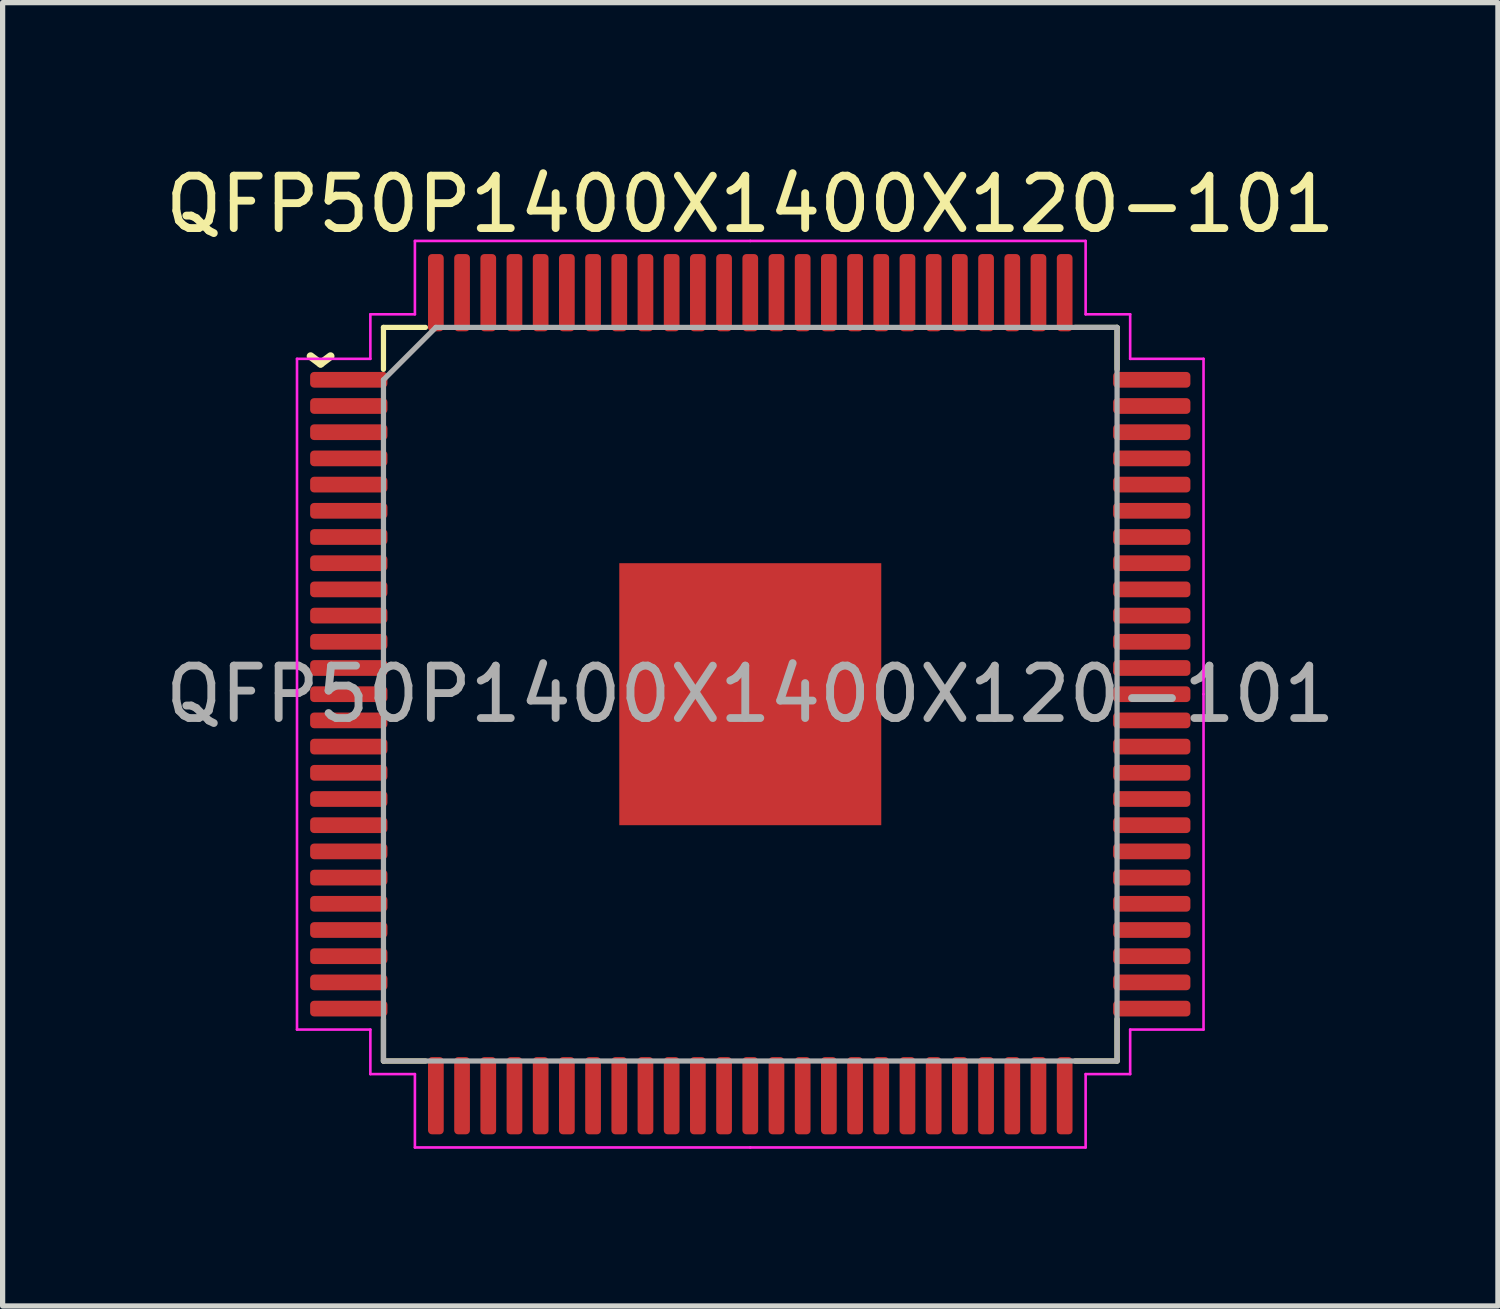
<source format=kicad_pcb>
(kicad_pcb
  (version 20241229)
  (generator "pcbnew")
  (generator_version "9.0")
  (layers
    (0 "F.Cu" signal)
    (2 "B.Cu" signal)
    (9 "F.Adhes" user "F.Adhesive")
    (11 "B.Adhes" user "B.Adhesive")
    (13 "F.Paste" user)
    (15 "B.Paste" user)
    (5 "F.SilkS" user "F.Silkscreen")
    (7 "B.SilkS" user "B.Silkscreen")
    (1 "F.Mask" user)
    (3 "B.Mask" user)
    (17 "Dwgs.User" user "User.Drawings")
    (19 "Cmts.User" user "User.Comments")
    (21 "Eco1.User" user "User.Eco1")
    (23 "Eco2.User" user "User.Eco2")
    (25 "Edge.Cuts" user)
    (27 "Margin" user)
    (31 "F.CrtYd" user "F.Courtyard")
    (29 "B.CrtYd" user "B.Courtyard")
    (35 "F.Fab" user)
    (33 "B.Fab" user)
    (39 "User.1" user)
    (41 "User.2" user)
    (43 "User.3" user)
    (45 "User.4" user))
  (footprint "QFP50P1400X1400X120-101"
    (layer "F.Cu")
    (at 11.268 10.198)
    (property "Reference" "QFP50P1400X1400X120-101" (at 0 -9.35 0) (layer "F.SilkS") (effects (font (size 1 1) (thickness 0.15))))
    (attr smd)
    (fp_line (start -7 -7) (end -7 -6.2) (stroke (width 0.1) (type solid)) (layer "F.SilkS"))
    (fp_line (start -7 6.2) (end -7 7) (stroke (width 0.1) (type solid)) (layer "F.SilkS"))
    (fp_line (start -7 7) (end -6.2 7) (stroke (width 0.1) (type solid)) (layer "F.SilkS"))
    (fp_line (start -6.2 -7) (end -7 -7) (stroke (width 0.1) (type solid)) (layer "F.SilkS"))
    (fp_line (start 6.2 7) (end 7 7) (stroke (width 0.1) (type solid)) (layer "F.SilkS"))
    (fp_line (start 7 -7) (end 6.2 -7) (stroke (width 0.1) (type solid)) (layer "F.SilkS"))
    (fp_line (start 7 -6.2) (end 7 -7) (stroke (width 0.1) (type solid)) (layer "F.SilkS"))
    (fp_line (start 7 7) (end 7 6.2) (stroke (width 0.1) (type solid)) (layer "F.SilkS"))
    (fp_line (start -8.65 -6.4) (end -8.65 0) (stroke (width 0.05) (type solid)) (layer "F.CrtYd"))
    (fp_line (start -8.65 6.4) (end -8.65 0) (stroke (width 0.05) (type solid)) (layer "F.CrtYd"))
    (fp_line (start -7.25 -7.25) (end -7.25 -6.4) (stroke (width 0.05) (type solid)) (layer "F.CrtYd"))
    (fp_line (start -7.25 -6.4) (end -8.65 -6.4) (stroke (width 0.05) (type solid)) (layer "F.CrtYd"))
    (fp_line (start -7.25 6.4) (end -8.65 6.4) (stroke (width 0.05) (type solid)) (layer "F.CrtYd"))
    (fp_line (start -7.25 7.25) (end -7.25 6.4) (stroke (width 0.05) (type solid)) (layer "F.CrtYd"))
    (fp_line (start -6.4 -8.65) (end -6.4 -7.25) (stroke (width 0.05) (type solid)) (layer "F.CrtYd"))
    (fp_line (start -6.4 -7.25) (end -7.25 -7.25) (stroke (width 0.05) (type solid)) (layer "F.CrtYd"))
    (fp_line (start -6.4 7.25) (end -7.25 7.25) (stroke (width 0.05) (type solid)) (layer "F.CrtYd"))
    (fp_line (start -6.4 8.65) (end -6.4 7.25) (stroke (width 0.05) (type solid)) (layer "F.CrtYd"))
    (fp_line (start 0 -8.65) (end -6.4 -8.65) (stroke (width 0.05) (type solid)) (layer "F.CrtYd"))
    (fp_line (start 0 -8.65) (end 6.4 -8.65) (stroke (width 0.05) (type solid)) (layer "F.CrtYd"))
    (fp_line (start 0 8.65) (end -6.4 8.65) (stroke (width 0.05) (type solid)) (layer "F.CrtYd"))
    (fp_line (start 0 8.65) (end 6.4 8.65) (stroke (width 0.05) (type solid)) (layer "F.CrtYd"))
    (fp_line (start 6.4 -8.65) (end 6.4 -7.25) (stroke (width 0.05) (type solid)) (layer "F.CrtYd"))
    (fp_line (start 6.4 -7.25) (end 7.25 -7.25) (stroke (width 0.05) (type solid)) (layer "F.CrtYd"))
    (fp_line (start 6.4 7.25) (end 7.25 7.25) (stroke (width 0.05) (type solid)) (layer "F.CrtYd"))
    (fp_line (start 6.4 8.65) (end 6.4 7.25) (stroke (width 0.05) (type solid)) (layer "F.CrtYd"))
    (fp_line (start 7.25 -7.25) (end 7.25 -6.4) (stroke (width 0.05) (type solid)) (layer "F.CrtYd"))
    (fp_line (start 7.25 -6.4) (end 8.65 -6.4) (stroke (width 0.05) (type solid)) (layer "F.CrtYd"))
    (fp_line (start 7.25 6.4) (end 8.65 6.4) (stroke (width 0.05) (type solid)) (layer "F.CrtYd"))
    (fp_line (start 7.25 7.25) (end 7.25 6.4) (stroke (width 0.05) (type solid)) (layer "F.CrtYd"))
    (fp_line (start 8.65 -6.4) (end 8.65 0) (stroke (width 0.05) (type solid)) (layer "F.CrtYd"))
    (fp_line (start 8.65 6.4) (end 8.65 0) (stroke (width 0.05) (type solid)) (layer "F.CrtYd"))
    (fp_line (start -7 -6) (end -6 -7) (stroke (width 0.1) (type solid)) (layer "F.Fab"))
    (fp_line (start -7 7) (end -7 -6) (stroke (width 0.1) (type solid)) (layer "F.Fab"))
    (fp_line (start -6 -7) (end 7 -7) (stroke (width 0.1) (type solid)) (layer "F.Fab"))
    (fp_line (start 7 -7) (end 7 7) (stroke (width 0.1) (type solid)) (layer "F.Fab"))
    (fp_line (start 7 7) (end -7 7) (stroke (width 0.1) (type solid)) (layer "F.Fab"))
    (fp_text user "^" (at -8.2 -6.9 180) (unlocked yes) (layer "F.SilkS") (effects (font (size 1 1) (thickness 0.15))))
    (fp_text user "${REFERENCE}" (at 0 0 0) (layer "F.Fab") (effects (font (size 1 1) (thickness 0.15))))
    (pad "" smd roundrect (at -1.875 -1.875) (size 1.01 1.01) (layers "F.Paste") (roundrect_rratio 0.248))
    (pad "" smd roundrect (at -1.875 -0.625) (size 1.01 1.01) (layers "F.Paste") (roundrect_rratio 0.248))
    (pad "" smd roundrect (at -1.875 0.625) (size 1.01 1.01) (layers "F.Paste") (roundrect_rratio 0.248))
    (pad "" smd roundrect (at -1.875 1.875) (size 1.01 1.01) (layers "F.Paste") (roundrect_rratio 0.248))
    (pad "" smd roundrect (at -0.625 -1.875) (size 1.01 1.01) (layers "F.Paste") (roundrect_rratio 0.248))
    (pad "" smd roundrect (at -0.625 -0.625) (size 1.01 1.01) (layers "F.Paste") (roundrect_rratio 0.248))
    (pad "" smd roundrect (at -0.625 0.625) (size 1.01 1.01) (layers "F.Paste") (roundrect_rratio 0.248))
    (pad "" smd roundrect (at -0.625 1.875) (size 1.01 1.01) (layers "F.Paste") (roundrect_rratio 0.248))
    (pad "" smd roundrect (at 0.625 -1.875) (size 1.01 1.01) (layers "F.Paste") (roundrect_rratio 0.248))
    (pad "" smd roundrect (at 0.625 -0.625) (size 1.01 1.01) (layers "F.Paste") (roundrect_rratio 0.248))
    (pad "" smd roundrect (at 0.625 0.625) (size 1.01 1.01) (layers "F.Paste") (roundrect_rratio 0.248))
    (pad "" smd roundrect (at 0.625 1.875) (size 1.01 1.01) (layers "F.Paste") (roundrect_rratio 0.248))
    (pad "" smd roundrect (at 1.875 -1.875) (size 1.01 1.01) (layers "F.Paste") (roundrect_rratio 0.248))
    (pad "" smd roundrect (at 1.875 -0.625) (size 1.01 1.01) (layers "F.Paste") (roundrect_rratio 0.248))
    (pad "" smd roundrect (at 1.875 0.625) (size 1.01 1.01) (layers "F.Paste") (roundrect_rratio 0.248))
    (pad "" smd roundrect (at 1.875 1.875) (size 1.01 1.01) (layers "F.Paste") (roundrect_rratio 0.248))
    (pad "1" smd roundrect (at -7.662 -6) (size 1.475 0.3) (layers "F.Cu" "F.Mask" "F.Paste") (roundrect_rratio 0.25))
    (pad "2" smd roundrect (at -7.662 -5.5) (size 1.475 0.3) (layers "F.Cu" "F.Mask" "F.Paste") (roundrect_rratio 0.25))
    (pad "3" smd roundrect (at -7.662 -5) (size 1.475 0.3) (layers "F.Cu" "F.Mask" "F.Paste") (roundrect_rratio 0.25))
    (pad "4" smd roundrect (at -7.662 -4.5) (size 1.475 0.3) (layers "F.Cu" "F.Mask" "F.Paste") (roundrect_rratio 0.25))
    (pad "5" smd roundrect (at -7.662 -4) (size 1.475 0.3) (layers "F.Cu" "F.Mask" "F.Paste") (roundrect_rratio 0.25))
    (pad "6" smd roundrect (at -7.662 -3.5) (size 1.475 0.3) (layers "F.Cu" "F.Mask" "F.Paste") (roundrect_rratio 0.25))
    (pad "7" smd roundrect (at -7.662 -3) (size 1.475 0.3) (layers "F.Cu" "F.Mask" "F.Paste") (roundrect_rratio 0.25))
    (pad "8" smd roundrect (at -7.662 -2.5) (size 1.475 0.3) (layers "F.Cu" "F.Mask" "F.Paste") (roundrect_rratio 0.25))
    (pad "9" smd roundrect (at -7.662 -2) (size 1.475 0.3) (layers "F.Cu" "F.Mask" "F.Paste") (roundrect_rratio 0.25))
    (pad "10" smd roundrect (at -7.662 -1.5) (size 1.475 0.3) (layers "F.Cu" "F.Mask" "F.Paste") (roundrect_rratio 0.25))
    (pad "11" smd roundrect (at -7.662 -1) (size 1.475 0.3) (layers "F.Cu" "F.Mask" "F.Paste") (roundrect_rratio 0.25))
    (pad "12" smd roundrect (at -7.662 -0.5) (size 1.475 0.3) (layers "F.Cu" "F.Mask" "F.Paste") (roundrect_rratio 0.25))
    (pad "13" smd roundrect (at -7.662 0) (size 1.475 0.3) (layers "F.Cu" "F.Mask" "F.Paste") (roundrect_rratio 0.25))
    (pad "14" smd roundrect (at -7.662 0.5) (size 1.475 0.3) (layers "F.Cu" "F.Mask" "F.Paste") (roundrect_rratio 0.25))
    (pad "15" smd roundrect (at -7.662 1) (size 1.475 0.3) (layers "F.Cu" "F.Mask" "F.Paste") (roundrect_rratio 0.25))
    (pad "16" smd roundrect (at -7.662 1.5) (size 1.475 0.3) (layers "F.Cu" "F.Mask" "F.Paste") (roundrect_rratio 0.25))
    (pad "17" smd roundrect (at -7.662 2) (size 1.475 0.3) (layers "F.Cu" "F.Mask" "F.Paste") (roundrect_rratio 0.25))
    (pad "18" smd roundrect (at -7.662 2.5) (size 1.475 0.3) (layers "F.Cu" "F.Mask" "F.Paste") (roundrect_rratio 0.25))
    (pad "19" smd roundrect (at -7.662 3) (size 1.475 0.3) (layers "F.Cu" "F.Mask" "F.Paste") (roundrect_rratio 0.25))
    (pad "20" smd roundrect (at -7.662 3.5) (size 1.475 0.3) (layers "F.Cu" "F.Mask" "F.Paste") (roundrect_rratio 0.25))
    (pad "21" smd roundrect (at -7.662 4) (size 1.475 0.3) (layers "F.Cu" "F.Mask" "F.Paste") (roundrect_rratio 0.25))
    (pad "22" smd roundrect (at -7.662 4.5) (size 1.475 0.3) (layers "F.Cu" "F.Mask" "F.Paste") (roundrect_rratio 0.25))
    (pad "23" smd roundrect (at -7.662 5) (size 1.475 0.3) (layers "F.Cu" "F.Mask" "F.Paste") (roundrect_rratio 0.25))
    (pad "24" smd roundrect (at -7.662 5.5) (size 1.475 0.3) (layers "F.Cu" "F.Mask" "F.Paste") (roundrect_rratio 0.25))
    (pad "25" smd roundrect (at -7.662 6) (size 1.475 0.3) (layers "F.Cu" "F.Mask" "F.Paste") (roundrect_rratio 0.25))
    (pad "26" smd roundrect (at -6 7.662) (size 0.3 1.475) (layers "F.Cu" "F.Mask" "F.Paste") (roundrect_rratio 0.25))
    (pad "27" smd roundrect (at -5.5 7.662) (size 0.3 1.475) (layers "F.Cu" "F.Mask" "F.Paste") (roundrect_rratio 0.25))
    (pad "28" smd roundrect (at -5 7.662) (size 0.3 1.475) (layers "F.Cu" "F.Mask" "F.Paste") (roundrect_rratio 0.25))
    (pad "29" smd roundrect (at -4.5 7.662) (size 0.3 1.475) (layers "F.Cu" "F.Mask" "F.Paste") (roundrect_rratio 0.25))
    (pad "30" smd roundrect (at -4 7.662) (size 0.3 1.475) (layers "F.Cu" "F.Mask" "F.Paste") (roundrect_rratio 0.25))
    (pad "31" smd roundrect (at -3.5 7.662) (size 0.3 1.475) (layers "F.Cu" "F.Mask" "F.Paste") (roundrect_rratio 0.25))
    (pad "32" smd roundrect (at -3 7.662) (size 0.3 1.475) (layers "F.Cu" "F.Mask" "F.Paste") (roundrect_rratio 0.25))
    (pad "33" smd roundrect (at -2.5 7.662) (size 0.3 1.475) (layers "F.Cu" "F.Mask" "F.Paste") (roundrect_rratio 0.25))
    (pad "34" smd roundrect (at -2 7.662) (size 0.3 1.475) (layers "F.Cu" "F.Mask" "F.Paste") (roundrect_rratio 0.25))
    (pad "35" smd roundrect (at -1.5 7.662) (size 0.3 1.475) (layers "F.Cu" "F.Mask" "F.Paste") (roundrect_rratio 0.25))
    (pad "36" smd roundrect (at -1 7.662) (size 0.3 1.475) (layers "F.Cu" "F.Mask" "F.Paste") (roundrect_rratio 0.25))
    (pad "37" smd roundrect (at -0.5 7.662) (size 0.3 1.475) (layers "F.Cu" "F.Mask" "F.Paste") (roundrect_rratio 0.25))
    (pad "38" smd roundrect (at 0 7.662) (size 0.3 1.475) (layers "F.Cu" "F.Mask" "F.Paste") (roundrect_rratio 0.25))
    (pad "39" smd roundrect (at 0.5 7.662) (size 0.3 1.475) (layers "F.Cu" "F.Mask" "F.Paste") (roundrect_rratio 0.25))
    (pad "40" smd roundrect (at 1 7.662) (size 0.3 1.475) (layers "F.Cu" "F.Mask" "F.Paste") (roundrect_rratio 0.25))
    (pad "41" smd roundrect (at 1.5 7.662) (size 0.3 1.475) (layers "F.Cu" "F.Mask" "F.Paste") (roundrect_rratio 0.25))
    (pad "42" smd roundrect (at 2 7.662) (size 0.3 1.475) (layers "F.Cu" "F.Mask" "F.Paste") (roundrect_rratio 0.25))
    (pad "43" smd roundrect (at 2.5 7.662) (size 0.3 1.475) (layers "F.Cu" "F.Mask" "F.Paste") (roundrect_rratio 0.25))
    (pad "44" smd roundrect (at 3 7.662) (size 0.3 1.475) (layers "F.Cu" "F.Mask" "F.Paste") (roundrect_rratio 0.25))
    (pad "45" smd roundrect (at 3.5 7.662) (size 0.3 1.475) (layers "F.Cu" "F.Mask" "F.Paste") (roundrect_rratio 0.25))
    (pad "46" smd roundrect (at 4 7.662) (size 0.3 1.475) (layers "F.Cu" "F.Mask" "F.Paste") (roundrect_rratio 0.25))
    (pad "47" smd roundrect (at 4.5 7.662) (size 0.3 1.475) (layers "F.Cu" "F.Mask" "F.Paste") (roundrect_rratio 0.25))
    (pad "48" smd roundrect (at 5 7.662) (size 0.3 1.475) (layers "F.Cu" "F.Mask" "F.Paste") (roundrect_rratio 0.25))
    (pad "49" smd roundrect (at 5.5 7.662) (size 0.3 1.475) (layers "F.Cu" "F.Mask" "F.Paste") (roundrect_rratio 0.25))
    (pad "50" smd roundrect (at 6 7.662) (size 0.3 1.475) (layers "F.Cu" "F.Mask" "F.Paste") (roundrect_rratio 0.25))
    (pad "51" smd roundrect (at 7.662 6) (size 1.475 0.3) (layers "F.Cu" "F.Mask" "F.Paste") (roundrect_rratio 0.25))
    (pad "52" smd roundrect (at 7.662 5.5) (size 1.475 0.3) (layers "F.Cu" "F.Mask" "F.Paste") (roundrect_rratio 0.25))
    (pad "53" smd roundrect (at 7.662 5) (size 1.475 0.3) (layers "F.Cu" "F.Mask" "F.Paste") (roundrect_rratio 0.25))
    (pad "54" smd roundrect (at 7.662 4.5) (size 1.475 0.3) (layers "F.Cu" "F.Mask" "F.Paste") (roundrect_rratio 0.25))
    (pad "55" smd roundrect (at 7.662 4) (size 1.475 0.3) (layers "F.Cu" "F.Mask" "F.Paste") (roundrect_rratio 0.25))
    (pad "56" smd roundrect (at 7.662 3.5) (size 1.475 0.3) (layers "F.Cu" "F.Mask" "F.Paste") (roundrect_rratio 0.25))
    (pad "57" smd roundrect (at 7.662 3) (size 1.475 0.3) (layers "F.Cu" "F.Mask" "F.Paste") (roundrect_rratio 0.25))
    (pad "58" smd roundrect (at 7.662 2.5) (size 1.475 0.3) (layers "F.Cu" "F.Mask" "F.Paste") (roundrect_rratio 0.25))
    (pad "59" smd roundrect (at 7.662 2) (size 1.475 0.3) (layers "F.Cu" "F.Mask" "F.Paste") (roundrect_rratio 0.25))
    (pad "60" smd roundrect (at 7.662 1.5) (size 1.475 0.3) (layers "F.Cu" "F.Mask" "F.Paste") (roundrect_rratio 0.25))
    (pad "61" smd roundrect (at 7.662 1) (size 1.475 0.3) (layers "F.Cu" "F.Mask" "F.Paste") (roundrect_rratio 0.25))
    (pad "62" smd roundrect (at 7.662 0.5) (size 1.475 0.3) (layers "F.Cu" "F.Mask" "F.Paste") (roundrect_rratio 0.25))
    (pad "63" smd roundrect (at 7.662 0) (size 1.475 0.3) (layers "F.Cu" "F.Mask" "F.Paste") (roundrect_rratio 0.25))
    (pad "64" smd roundrect (at 7.662 -0.5) (size 1.475 0.3) (layers "F.Cu" "F.Mask" "F.Paste") (roundrect_rratio 0.25))
    (pad "65" smd roundrect (at 7.662 -1) (size 1.475 0.3) (layers "F.Cu" "F.Mask" "F.Paste") (roundrect_rratio 0.25))
    (pad "66" smd roundrect (at 7.662 -1.5) (size 1.475 0.3) (layers "F.Cu" "F.Mask" "F.Paste") (roundrect_rratio 0.25))
    (pad "67" smd roundrect (at 7.662 -2) (size 1.475 0.3) (layers "F.Cu" "F.Mask" "F.Paste") (roundrect_rratio 0.25))
    (pad "68" smd roundrect (at 7.662 -2.5) (size 1.475 0.3) (layers "F.Cu" "F.Mask" "F.Paste") (roundrect_rratio 0.25))
    (pad "69" smd roundrect (at 7.662 -3) (size 1.475 0.3) (layers "F.Cu" "F.Mask" "F.Paste") (roundrect_rratio 0.25))
    (pad "70" smd roundrect (at 7.662 -3.5) (size 1.475 0.3) (layers "F.Cu" "F.Mask" "F.Paste") (roundrect_rratio 0.25))
    (pad "71" smd roundrect (at 7.662 -4) (size 1.475 0.3) (layers "F.Cu" "F.Mask" "F.Paste") (roundrect_rratio 0.25))
    (pad "72" smd roundrect (at 7.662 -4.5) (size 1.475 0.3) (layers "F.Cu" "F.Mask" "F.Paste") (roundrect_rratio 0.25))
    (pad "73" smd roundrect (at 7.662 -5) (size 1.475 0.3) (layers "F.Cu" "F.Mask" "F.Paste") (roundrect_rratio 0.25))
    (pad "74" smd roundrect (at 7.662 -5.5) (size 1.475 0.3) (layers "F.Cu" "F.Mask" "F.Paste") (roundrect_rratio 0.25))
    (pad "75" smd roundrect (at 7.662 -6) (size 1.475 0.3) (layers "F.Cu" "F.Mask" "F.Paste") (roundrect_rratio 0.25))
    (pad "76" smd roundrect (at 6 -7.662) (size 0.3 1.475) (layers "F.Cu" "F.Mask" "F.Paste") (roundrect_rratio 0.25))
    (pad "77" smd roundrect (at 5.5 -7.662) (size 0.3 1.475) (layers "F.Cu" "F.Mask" "F.Paste") (roundrect_rratio 0.25))
    (pad "78" smd roundrect (at 5 -7.662) (size 0.3 1.475) (layers "F.Cu" "F.Mask" "F.Paste") (roundrect_rratio 0.25))
    (pad "79" smd roundrect (at 4.5 -7.662) (size 0.3 1.475) (layers "F.Cu" "F.Mask" "F.Paste") (roundrect_rratio 0.25))
    (pad "80" smd roundrect (at 4 -7.662) (size 0.3 1.475) (layers "F.Cu" "F.Mask" "F.Paste") (roundrect_rratio 0.25))
    (pad "81" smd roundrect (at 3.5 -7.662) (size 0.3 1.475) (layers "F.Cu" "F.Mask" "F.Paste") (roundrect_rratio 0.25))
    (pad "82" smd roundrect (at 3 -7.662) (size 0.3 1.475) (layers "F.Cu" "F.Mask" "F.Paste") (roundrect_rratio 0.25))
    (pad "83" smd roundrect (at 2.5 -7.662) (size 0.3 1.475) (layers "F.Cu" "F.Mask" "F.Paste") (roundrect_rratio 0.25))
    (pad "84" smd roundrect (at 2 -7.662) (size 0.3 1.475) (layers "F.Cu" "F.Mask" "F.Paste") (roundrect_rratio 0.25))
    (pad "85" smd roundrect (at 1.5 -7.662) (size 0.3 1.475) (layers "F.Cu" "F.Mask" "F.Paste") (roundrect_rratio 0.25))
    (pad "86" smd roundrect (at 1 -7.662) (size 0.3 1.475) (layers "F.Cu" "F.Mask" "F.Paste") (roundrect_rratio 0.25))
    (pad "87" smd roundrect (at 0.5 -7.662) (size 0.3 1.475) (layers "F.Cu" "F.Mask" "F.Paste") (roundrect_rratio 0.25))
    (pad "88" smd roundrect (at 0 -7.662) (size 0.3 1.475) (layers "F.Cu" "F.Mask" "F.Paste") (roundrect_rratio 0.25))
    (pad "89" smd roundrect (at -0.5 -7.662) (size 0.3 1.475) (layers "F.Cu" "F.Mask" "F.Paste") (roundrect_rratio 0.25))
    (pad "90" smd roundrect (at -1 -7.662) (size 0.3 1.475) (layers "F.Cu" "F.Mask" "F.Paste") (roundrect_rratio 0.25))
    (pad "91" smd roundrect (at -1.5 -7.662) (size 0.3 1.475) (layers "F.Cu" "F.Mask" "F.Paste") (roundrect_rratio 0.25))
    (pad "92" smd roundrect (at -2 -7.662) (size 0.3 1.475) (layers "F.Cu" "F.Mask" "F.Paste") (roundrect_rratio 0.25))
    (pad "93" smd roundrect (at -2.5 -7.662) (size 0.3 1.475) (layers "F.Cu" "F.Mask" "F.Paste") (roundrect_rratio 0.25))
    (pad "94" smd roundrect (at -3 -7.662) (size 0.3 1.475) (layers "F.Cu" "F.Mask" "F.Paste") (roundrect_rratio 0.25))
    (pad "95" smd roundrect (at -3.5 -7.662) (size 0.3 1.475) (layers "F.Cu" "F.Mask" "F.Paste") (roundrect_rratio 0.25))
    (pad "96" smd roundrect (at -4 -7.662) (size 0.3 1.475) (layers "F.Cu" "F.Mask" "F.Paste") (roundrect_rratio 0.25))
    (pad "97" smd roundrect (at -4.5 -7.662) (size 0.3 1.475) (layers "F.Cu" "F.Mask" "F.Paste") (roundrect_rratio 0.25))
    (pad "98" smd roundrect (at -5 -7.662) (size 0.3 1.475) (layers "F.Cu" "F.Mask" "F.Paste") (roundrect_rratio 0.25))
    (pad "99" smd roundrect (at -5.5 -7.662) (size 0.3 1.475) (layers "F.Cu" "F.Mask" "F.Paste") (roundrect_rratio 0.25))
    (pad "100" smd roundrect (at -6 -7.662) (size 0.3 1.475) (layers "F.Cu" "F.Mask" "F.Paste") (roundrect_rratio 0.25))
    (pad "101" smd rect (at 0 0) (size 5 5) (layers "F.Cu" "F.Mask")))
  (gr_rect
    (start -3 -3)
    (end 25.536 21.873)
    (stroke (width 0.1) (type default))
    (fill no)
    (layer "Edge.Cuts")))
</source>
